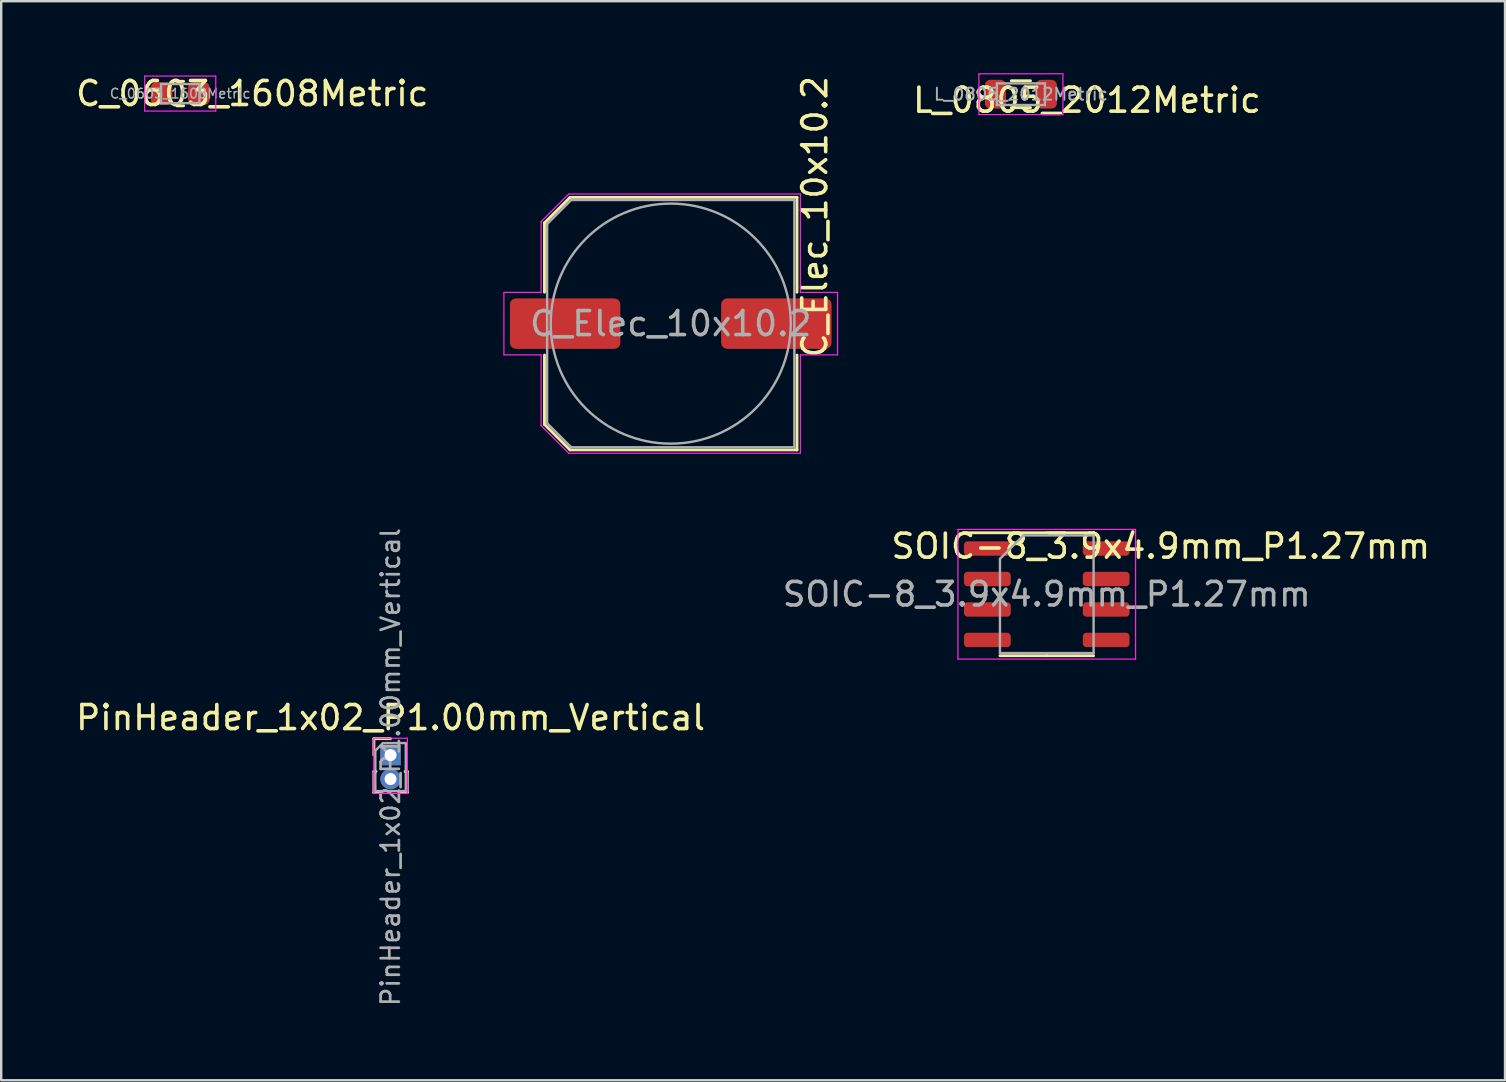
<source format=kicad_pcb>
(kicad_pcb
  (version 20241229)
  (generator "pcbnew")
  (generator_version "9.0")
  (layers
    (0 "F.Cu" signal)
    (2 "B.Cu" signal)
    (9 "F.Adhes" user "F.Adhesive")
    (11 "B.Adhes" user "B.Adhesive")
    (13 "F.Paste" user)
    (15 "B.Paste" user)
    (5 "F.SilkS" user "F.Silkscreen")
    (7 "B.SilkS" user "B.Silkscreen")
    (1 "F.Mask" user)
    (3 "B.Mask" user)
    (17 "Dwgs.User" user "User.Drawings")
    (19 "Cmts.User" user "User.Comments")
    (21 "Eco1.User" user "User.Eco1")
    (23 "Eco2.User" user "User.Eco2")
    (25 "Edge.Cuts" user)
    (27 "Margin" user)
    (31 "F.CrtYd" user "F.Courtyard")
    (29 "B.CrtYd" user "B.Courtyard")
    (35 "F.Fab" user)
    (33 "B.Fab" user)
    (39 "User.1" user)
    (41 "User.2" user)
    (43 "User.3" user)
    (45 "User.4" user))
  (footprint "C_Elec_10x10.2"
    (layer "F.Cu")
    (at 24.892 10.432)
    (property "Reference" "C_Elec_10x10.2" (at 6 -4.45 90) (layer "F.SilkS") (effects (font (size 1 1) (thickness 0.15))))
    (attr smd)
    (fp_line (start -5.26 -4.196) (end -5.26 -1.31) (stroke (width 0.12) (type solid)) (layer "F.SilkS"))
    (fp_line (start -5.26 -4.196) (end -4.196 -5.26) (stroke (width 0.12) (type solid)) (layer "F.SilkS"))
    (fp_line (start -5.26 4.196) (end -5.26 1.31) (stroke (width 0.12) (type solid)) (layer "F.SilkS"))
    (fp_line (start -5.26 4.196) (end -4.196 5.26) (stroke (width 0.12) (type solid)) (layer "F.SilkS"))
    (fp_line (start -4.196 -5.26) (end 5.26 -5.26) (stroke (width 0.12) (type solid)) (layer "F.SilkS"))
    (fp_line (start -4.196 5.26) (end 5.26 5.26) (stroke (width 0.12) (type solid)) (layer "F.SilkS"))
    (fp_line (start 5.26 -5.26) (end 5.26 -1.31) (stroke (width 0.12) (type solid)) (layer "F.SilkS"))
    (fp_line (start 5.26 5.26) (end 5.26 1.31) (stroke (width 0.12) (type solid)) (layer "F.SilkS"))
    (fp_line (start -6.95 -1.3) (end -6.95 1.3) (stroke (width 0.05) (type solid)) (layer "F.CrtYd"))
    (fp_line (start -6.95 1.3) (end -5.4 1.3) (stroke (width 0.05) (type solid)) (layer "F.CrtYd"))
    (fp_line (start -5.4 -4.25) (end -5.4 -1.3) (stroke (width 0.05) (type solid)) (layer "F.CrtYd"))
    (fp_line (start -5.4 -4.25) (end -4.25 -5.4) (stroke (width 0.05) (type solid)) (layer "F.CrtYd"))
    (fp_line (start -5.4 -1.3) (end -6.95 -1.3) (stroke (width 0.05) (type solid)) (layer "F.CrtYd"))
    (fp_line (start -5.4 1.3) (end -5.4 4.25) (stroke (width 0.05) (type solid)) (layer "F.CrtYd"))
    (fp_line (start -5.4 4.25) (end -4.25 5.4) (stroke (width 0.05) (type solid)) (layer "F.CrtYd"))
    (fp_line (start -4.25 -5.4) (end 5.4 -5.4) (stroke (width 0.05) (type solid)) (layer "F.CrtYd"))
    (fp_line (start -4.25 5.4) (end 5.4 5.4) (stroke (width 0.05) (type solid)) (layer "F.CrtYd"))
    (fp_line (start 5.4 -5.4) (end 5.4 -1.3) (stroke (width 0.05) (type solid)) (layer "F.CrtYd"))
    (fp_line (start 5.4 -1.3) (end 6.95 -1.3) (stroke (width 0.05) (type solid)) (layer "F.CrtYd"))
    (fp_line (start 5.4 1.3) (end 5.4 5.4) (stroke (width 0.05) (type solid)) (layer "F.CrtYd"))
    (fp_line (start 6.95 -1.3) (end 6.95 1.3) (stroke (width 0.05) (type solid)) (layer "F.CrtYd"))
    (fp_line (start 6.95 1.3) (end 5.4 1.3) (stroke (width 0.05) (type solid)) (layer "F.CrtYd"))
    (fp_line (start -5.15 -4.15) (end -5.15 4.15) (stroke (width 0.1) (type solid)) (layer "F.Fab"))
    (fp_line (start -5.15 -4.15) (end -4.15 -5.15) (stroke (width 0.1) (type solid)) (layer "F.Fab"))
    (fp_line (start -5.15 4.15) (end -4.15 5.15) (stroke (width 0.1) (type solid)) (layer "F.Fab"))
    (fp_line (start -4.15 -5.15) (end 5.15 -5.15) (stroke (width 0.1) (type solid)) (layer "F.Fab"))
    (fp_line (start -4.15 5.15) (end 5.15 5.15) (stroke (width 0.1) (type solid)) (layer "F.Fab"))
    (fp_line (start 5.15 -5.15) (end 5.15 5.15) (stroke (width 0.1) (type solid)) (layer "F.Fab"))
    (fp_circle (center 0 0) (end 5 0) (stroke (width 0.1) (type solid)) (fill no) (layer "F.Fab"))
    (fp_text user "${REFERENCE}" (at 0 0 0) (layer "F.Fab") (effects (font (size 1 1) (thickness 0.15))))
    (pad "1" smd roundrect (at -4.4 0 180) (size 4.6 2.1) (layers "F.Cu" "F.Mask" "F.Paste") (roundrect_rratio 0.119))
    (pad "2" smd roundrect (at 4.4 0 180) (size 4.6 2.1) (layers "F.Cu" "F.Mask" "F.Paste") (roundrect_rratio 0.119)))
  (footprint "L_0805_2012Metric"
    (layer "F.Cu")
    (at 39.48 0.875)
    (property "Reference" "L_0805_2012Metric" (at 2.75 0.25 180) (layer "F.SilkS") (effects (font (size 1 1) (thickness 0.15))))
    (attr smd)
    (fp_line (start -0.4 -0.56) (end 0.4 -0.56) (stroke (width 0.12) (type solid)) (layer "F.SilkS"))
    (fp_line (start -0.4 0.56) (end 0.4 0.56) (stroke (width 0.12) (type solid)) (layer "F.SilkS"))
    (fp_line (start -1.75 -0.85) (end 1.75 -0.85) (stroke (width 0.05) (type solid)) (layer "F.CrtYd"))
    (fp_line (start -1.75 0.85) (end -1.75 -0.85) (stroke (width 0.05) (type solid)) (layer "F.CrtYd"))
    (fp_line (start 1.75 -0.85) (end 1.75 0.85) (stroke (width 0.05) (type solid)) (layer "F.CrtYd"))
    (fp_line (start 1.75 0.85) (end -1.75 0.85) (stroke (width 0.05) (type solid)) (layer "F.CrtYd"))
    (fp_line (start -1 -0.45) (end 1 -0.45) (stroke (width 0.1) (type solid)) (layer "F.Fab"))
    (fp_line (start -1 0.45) (end -1 -0.45) (stroke (width 0.1) (type solid)) (layer "F.Fab"))
    (fp_line (start 1 -0.45) (end 1 0.45) (stroke (width 0.1) (type solid)) (layer "F.Fab"))
    (fp_line (start 1 0.45) (end -1 0.45) (stroke (width 0.1) (type solid)) (layer "F.Fab"))
    (fp_text user "${REFERENCE}" (at 0 0 180) (layer "F.Fab") (effects (font (size 0.5 0.5) (thickness 0.08))))
    (pad "1" smd roundrect (at -1.062 0) (size 0.875 1.2) (layers "F.Cu" "F.Mask" "F.Paste") (roundrect_rratio 0.25))
    (pad "2" smd roundrect (at 1.062 0) (size 0.875 1.2) (layers "F.Cu" "F.Mask" "F.Paste") (roundrect_rratio 0.25)))
  (footprint "SOIC-8_3.9x4.9mm_P1.27mm"
    (layer "F.Cu")
    (at 40.557 21.705)
    (property "Reference" "SOIC-8_3.9x4.9mm_P1.27mm" (at 4.75 -2 180) (layer "F.SilkS") (effects (font (size 1 1) (thickness 0.15))))
    (attr smd)
    (fp_line (start 0 -2.56) (end -3.45 -2.56) (stroke (width 0.12) (type solid)) (layer "F.SilkS"))
    (fp_line (start 0 -2.56) (end 1.95 -2.56) (stroke (width 0.12) (type solid)) (layer "F.SilkS"))
    (fp_line (start 0 2.56) (end -1.95 2.56) (stroke (width 0.12) (type solid)) (layer "F.SilkS"))
    (fp_line (start 0 2.56) (end 1.95 2.56) (stroke (width 0.12) (type solid)) (layer "F.SilkS"))
    (fp_line (start -3.7 -2.7) (end -3.7 2.7) (stroke (width 0.05) (type solid)) (layer "F.CrtYd"))
    (fp_line (start -3.7 2.7) (end 3.7 2.7) (stroke (width 0.05) (type solid)) (layer "F.CrtYd"))
    (fp_line (start 3.7 -2.7) (end -3.7 -2.7) (stroke (width 0.05) (type solid)) (layer "F.CrtYd"))
    (fp_line (start 3.7 2.7) (end 3.7 -2.7) (stroke (width 0.05) (type solid)) (layer "F.CrtYd"))
    (fp_line (start -1.95 -1.475) (end -0.975 -2.45) (stroke (width 0.1) (type solid)) (layer "F.Fab"))
    (fp_line (start -1.95 2.45) (end -1.95 -1.475) (stroke (width 0.1) (type solid)) (layer "F.Fab"))
    (fp_line (start -0.975 -2.45) (end 1.95 -2.45) (stroke (width 0.1) (type solid)) (layer "F.Fab"))
    (fp_line (start 1.95 -2.45) (end 1.95 2.45) (stroke (width 0.1) (type solid)) (layer "F.Fab"))
    (fp_line (start 1.95 2.45) (end -1.95 2.45) (stroke (width 0.1) (type solid)) (layer "F.Fab"))
    (fp_text user "${REFERENCE}" (at 0 0 180) (layer "F.Fab") (effects (font (size 0.98 0.98) (thickness 0.15))))
    (pad "1" smd roundrect (at -2.475 -1.905) (size 1.95 0.6) (layers "F.Cu" "F.Mask" "F.Paste") (roundrect_rratio 0.25))
    (pad "2" smd roundrect (at -2.475 -0.635) (size 1.95 0.6) (layers "F.Cu" "F.Mask" "F.Paste") (roundrect_rratio 0.25))
    (pad "3" smd roundrect (at -2.475 0.635) (size 1.95 0.6) (layers "F.Cu" "F.Mask" "F.Paste") (roundrect_rratio 0.25))
    (pad "4" smd roundrect (at -2.475 1.905) (size 1.95 0.6) (layers "F.Cu" "F.Mask" "F.Paste") (roundrect_rratio 0.25))
    (pad "5" smd roundrect (at 2.475 1.905) (size 1.95 0.6) (layers "F.Cu" "F.Mask" "F.Paste") (roundrect_rratio 0.25))
    (pad "6" smd roundrect (at 2.475 0.635) (size 1.95 0.6) (layers "F.Cu" "F.Mask" "F.Paste") (roundrect_rratio 0.25))
    (pad "7" smd roundrect (at 2.475 -0.635) (size 1.95 0.6) (layers "F.Cu" "F.Mask" "F.Paste") (roundrect_rratio 0.25))
    (pad "8" smd roundrect (at 2.475 -1.905) (size 1.95 0.6) (layers "F.Cu" "F.Mask" "F.Paste") (roundrect_rratio 0.25)))
  (footprint "PinHeader_1x02_P1.00mm_Vertical"
    (layer "F.Cu")
    (at 13.22 28.405)
    (property "Reference" "PinHeader_1x02_P1.00mm_Vertical" (at 0 -1.56 0) (layer "F.SilkS") (effects (font (size 1 1) (thickness 0.15))))
    (attr through_hole)
    (fp_line (start -0.695 -0.685) (end 0 -0.685) (stroke (width 0.12) (type solid)) (layer "F.SilkS"))
    (fp_line (start -0.695 0) (end -0.695 -0.685) (stroke (width 0.12) (type solid)) (layer "F.SilkS"))
    (fp_line (start -0.695 0.685) (end -0.695 1.56) (stroke (width 0.12) (type solid)) (layer "F.SilkS"))
    (fp_line (start -0.695 0.685) (end -0.608 0.685) (stroke (width 0.12) (type solid)) (layer "F.SilkS"))
    (fp_line (start -0.695 1.56) (end -0.394 1.56) (stroke (width 0.12) (type solid)) (layer "F.SilkS"))
    (fp_line (start 0.394 1.56) (end 0.695 1.56) (stroke (width 0.12) (type solid)) (layer "F.SilkS"))
    (fp_line (start 0.608 0.685) (end 0.695 0.685) (stroke (width 0.12) (type solid)) (layer "F.SilkS"))
    (fp_line (start 0.695 0.685) (end 0.695 1.56) (stroke (width 0.12) (type solid)) (layer "F.SilkS"))
    (fp_line (start -0.7 -0.7) (end -0.7 1.6) (stroke (width 0.05) (type solid)) (layer "F.CrtYd"))
    (fp_line (start -0.7 1.6) (end 0.7 1.6) (stroke (width 0.05) (type solid)) (layer "F.CrtYd"))
    (fp_line (start 0.7 -0.7) (end -0.7 -0.7) (stroke (width 0.05) (type solid)) (layer "F.CrtYd"))
    (fp_line (start 0.7 1.6) (end 0.7 -0.7) (stroke (width 0.05) (type solid)) (layer "F.CrtYd"))
    (fp_line (start -0.635 -0.182) (end -0.318 -0.5) (stroke (width 0.1) (type solid)) (layer "F.Fab"))
    (fp_line (start -0.635 1.5) (end -0.635 -0.182) (stroke (width 0.1) (type solid)) (layer "F.Fab"))
    (fp_line (start -0.318 -0.5) (end 0.635 -0.5) (stroke (width 0.1) (type solid)) (layer "F.Fab"))
    (fp_line (start 0.635 -0.5) (end 0.635 1.5) (stroke (width 0.1) (type solid)) (layer "F.Fab"))
    (fp_line (start 0.635 1.5) (end -0.635 1.5) (stroke (width 0.1) (type solid)) (layer "F.Fab"))
    (fp_text user "${REFERENCE}" (at 0 0.5 90) (layer "F.Fab") (effects (font (size 0.76 0.76) (thickness 0.114))))
    (pad "1" thru_hole rect (at 0 0) (size 0.85 0.85) (drill 0.5) (layers "*.Cu" "*.Mask"))
    (pad "2" thru_hole oval (at 0 1) (size 0.85 0.85) (drill 0.5) (layers "*.Cu" "*.Mask")))
  (footprint "C_0603_1608Metric"
    (layer "F.Cu")
    (at 4.458 0.848)
    (property "Reference" "C_0603_1608Metric" (at 3 0 0) (layer "F.SilkS") (effects (font (size 1 1) (thickness 0.15))))
    (attr smd)
    (fp_line (start -0.141 -0.51) (end 0.141 -0.51) (stroke (width 0.12) (type solid)) (layer "F.SilkS"))
    (fp_line (start -0.141 0.51) (end 0.141 0.51) (stroke (width 0.12) (type solid)) (layer "F.SilkS"))
    (fp_line (start -1.48 -0.73) (end 1.48 -0.73) (stroke (width 0.05) (type solid)) (layer "F.CrtYd"))
    (fp_line (start -1.48 0.73) (end -1.48 -0.73) (stroke (width 0.05) (type solid)) (layer "F.CrtYd"))
    (fp_line (start 1.48 -0.73) (end 1.48 0.73) (stroke (width 0.05) (type solid)) (layer "F.CrtYd"))
    (fp_line (start 1.48 0.73) (end -1.48 0.73) (stroke (width 0.05) (type solid)) (layer "F.CrtYd"))
    (fp_line (start -0.8 -0.4) (end 0.8 -0.4) (stroke (width 0.1) (type solid)) (layer "F.Fab"))
    (fp_line (start -0.8 0.4) (end -0.8 -0.4) (stroke (width 0.1) (type solid)) (layer "F.Fab"))
    (fp_line (start 0.8 -0.4) (end 0.8 0.4) (stroke (width 0.1) (type solid)) (layer "F.Fab"))
    (fp_line (start 0.8 0.4) (end -0.8 0.4) (stroke (width 0.1) (type solid)) (layer "F.Fab"))
    (fp_text user "${REFERENCE}" (at 0 0 0) (layer "F.Fab") (effects (font (size 0.4 0.4) (thickness 0.06))))
    (pad "1" smd roundrect (at -0.775 0) (size 0.9 0.95) (layers "F.Cu" "F.Mask" "F.Paste") (roundrect_rratio 0.25))
    (pad "2" smd roundrect (at 0.775 0) (size 0.9 0.95) (layers "F.Cu" "F.Mask" "F.Paste") (roundrect_rratio 0.25)))
  (gr_rect
    (start -3 -3)
    (end 59.647 41.952)
    (stroke (width 0.1) (type default))
    (fill no)
    (layer "Edge.Cuts")))
</source>
